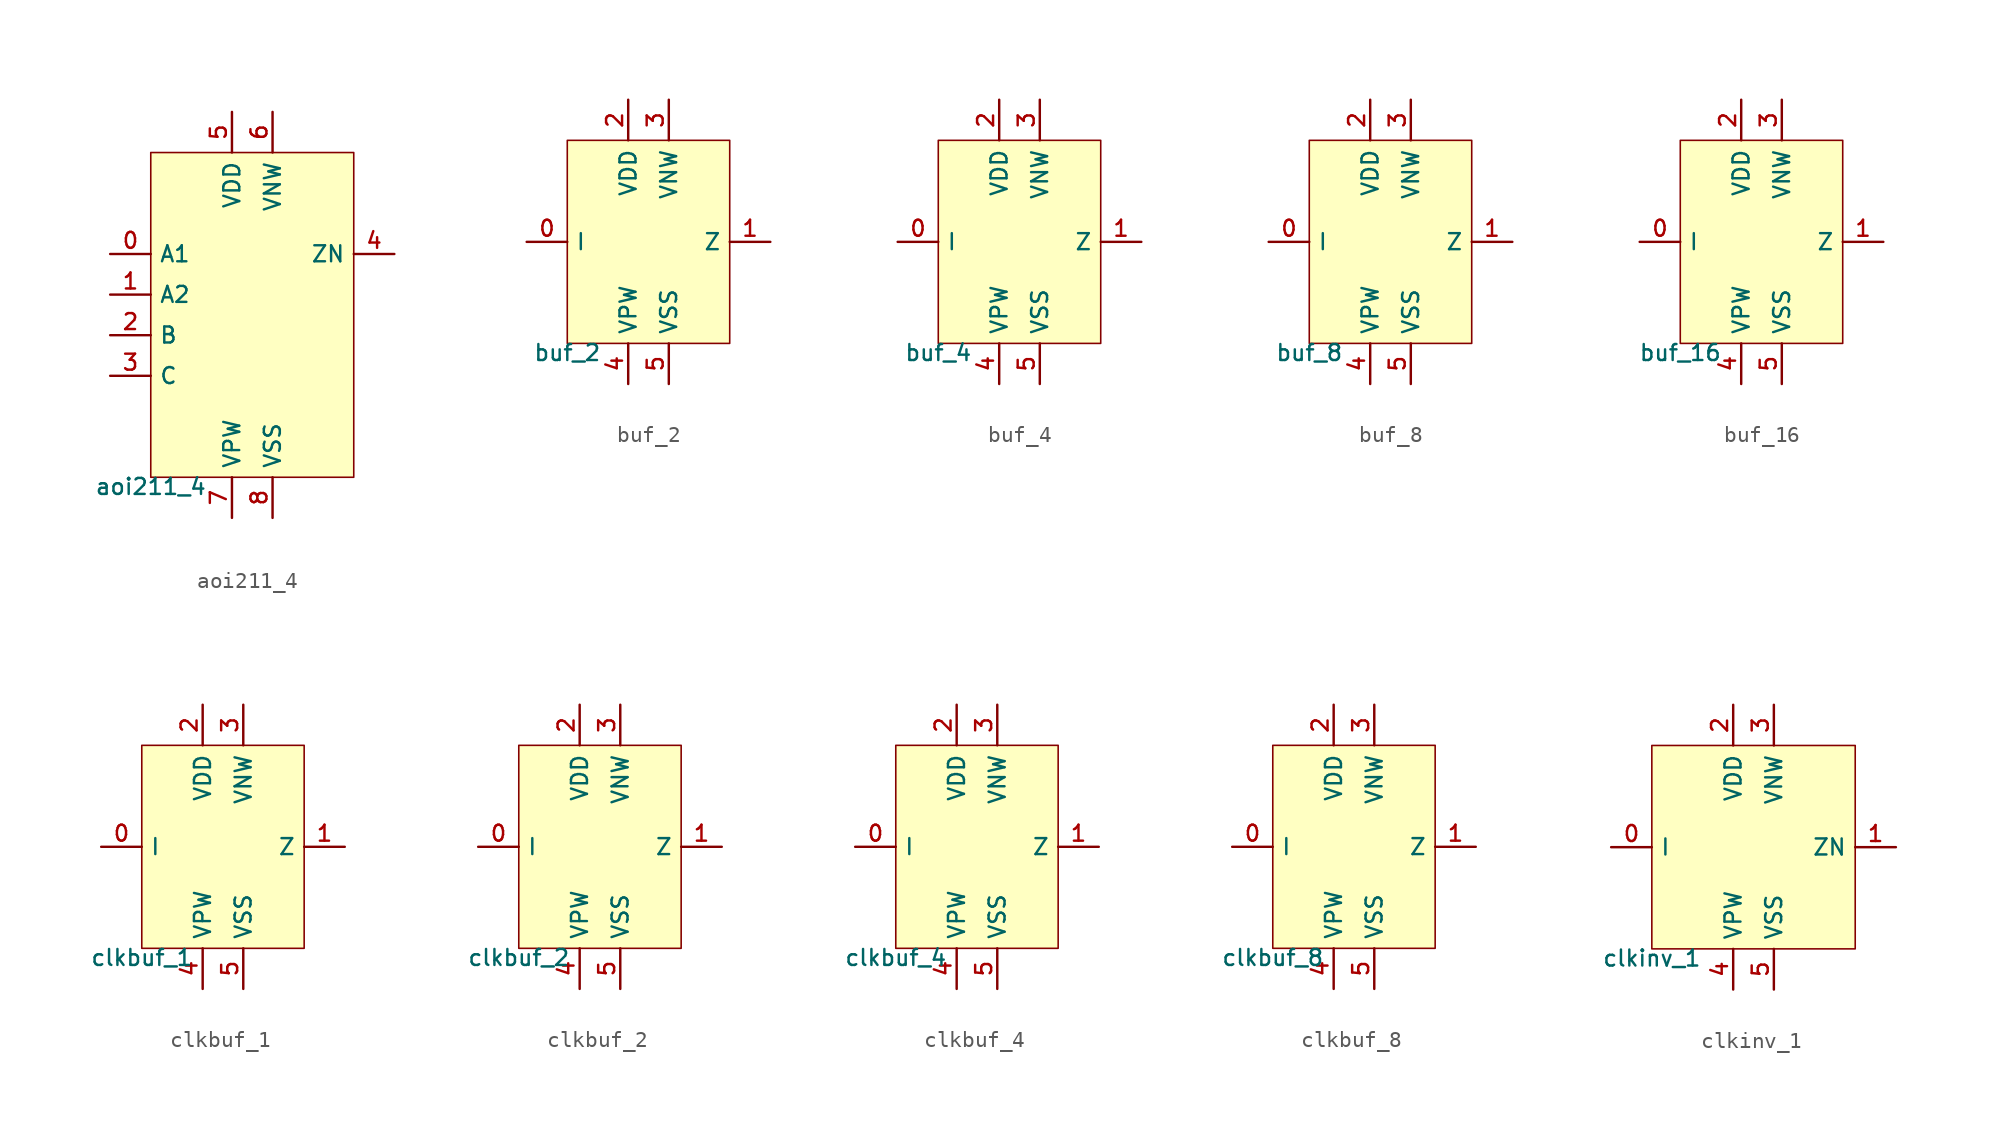
<source format=kicad_sym>
(kicad_symbol_lib
  (version 20211014)
  (generator pdk2kicad)
  (symbol "aoi211_4"
    (property "Reference" "X"
      (at 0 0 0)
      (effects (font (size 1 1)) hide))
    (property "Value" "aoi211_4"
      (at -6.35 -10.16 0)
      (effects (font (size 1 1)) (justify top)))
    (rectangle
      (start -6.35 -10.16)
      (end 6.35 10.16)
      (stroke (width 0.1) (type solid) (color 0 0 0 0))
      (fill (type background)))
    (pin input line
      (at -8.89 3.81 0)
      (length 2.54)
      (name "A1" (effects (font (size 1 1)) hide))
      (number "0" (effects (font (size 1 1)) hide)))
    (pin input line
      (at -8.89 1.27 0)
      (length 2.54)
      (name "A2" (effects (font (size 1 1)) hide))
      (number "1" (effects (font (size 1 1)) hide)))
    (pin input line
      (at -8.89 -1.27 0)
      (length 2.54)
      (name "B" (effects (font (size 1 1)) hide))
      (number "2" (effects (font (size 1 1)) hide)))
    (pin input line
      (at -8.89 -3.81 0)
      (length 2.54)
      (name "C" (effects (font (size 1 1)) hide))
      (number "3" (effects (font (size 1 1)) hide)))
    (pin output line
      (at 8.89 3.81 180)
      (length 2.54)
      (name "ZN" (effects (font (size 1 1)) hide))
      (number "4" (effects (font (size 1 1)) hide)))
    (pin power_in line
      (at -1.27 12.7 270)
      (length 2.54)
      (name "VDD" (effects (font (size 1 1)) hide))
      (number "5" (effects (font (size 1 1)) hide)))
    (pin power_in line
      (at 1.27 12.7 270)
      (length 2.54)
      (name "VNW" (effects (font (size 1 1)) hide))
      (number "6" (effects (font (size 1 1)) hide)))
    (pin power_in line
      (at -1.27 -12.7 90)
      (length 2.54)
      (name "VPW" (effects (font (size 1 1)) hide))
      (number "7" (effects (font (size 1 1)) hide)))
    (pin power_in line
      (at 1.27 -12.7 90)
      (length 2.54)
      (name "VSS" (effects (font (size 1 1)) hide))
      (number "8" (effects (font (size 1 1)) hide))))
  (symbol "buf_2"
    (property "Reference" "X"
      (at 0 0 0)
      (effects (font (size 1 1)) hide))
    (property "Value" "buf_2"
      (at -5.08 -6.35 0)
      (effects (font (size 1 1)) (justify top)))
    (rectangle
      (start -5.08 -6.35)
      (end 5.08 6.35)
      (stroke (width 0.1) (type solid) (color 0 0 0 0))
      (fill (type background)))
    (pin input line
      (at -7.62 -4.440892098500626e-16 0)
      (length 2.54)
      (name "I" (effects (font (size 1 1)) hide))
      (number "0" (effects (font (size 1 1)) hide)))
    (pin output line
      (at 7.62 -4.440892098500626e-16 180)
      (length 2.54)
      (name "Z" (effects (font (size 1 1)) hide))
      (number "1" (effects (font (size 1 1)) hide)))
    (pin power_in line
      (at -1.27 8.89 270)
      (length 2.54)
      (name "VDD" (effects (font (size 1 1)) hide))
      (number "2" (effects (font (size 1 1)) hide)))
    (pin power_in line
      (at 1.27 8.89 270)
      (length 2.54)
      (name "VNW" (effects (font (size 1 1)) hide))
      (number "3" (effects (font (size 1 1)) hide)))
    (pin power_in line
      (at -1.27 -8.89 90)
      (length 2.54)
      (name "VPW" (effects (font (size 1 1)) hide))
      (number "4" (effects (font (size 1 1)) hide)))
    (pin power_in line
      (at 1.27 -8.89 90)
      (length 2.54)
      (name "VSS" (effects (font (size 1 1)) hide))
      (number "5" (effects (font (size 1 1)) hide))))
  (symbol "buf_4"
    (property "Reference" "X"
      (at 0 0 0)
      (effects (font (size 1 1)) hide))
    (property "Value" "buf_4"
      (at -5.08 -6.35 0)
      (effects (font (size 1 1)) (justify top)))
    (rectangle
      (start -5.08 -6.35)
      (end 5.08 6.35)
      (stroke (width 0.1) (type solid) (color 0 0 0 0))
      (fill (type background)))
    (pin input line
      (at -7.62 -4.440892098500626e-16 0)
      (length 2.54)
      (name "I" (effects (font (size 1 1)) hide))
      (number "0" (effects (font (size 1 1)) hide)))
    (pin output line
      (at 7.62 -4.440892098500626e-16 180)
      (length 2.54)
      (name "Z" (effects (font (size 1 1)) hide))
      (number "1" (effects (font (size 1 1)) hide)))
    (pin power_in line
      (at -1.27 8.89 270)
      (length 2.54)
      (name "VDD" (effects (font (size 1 1)) hide))
      (number "2" (effects (font (size 1 1)) hide)))
    (pin power_in line
      (at 1.27 8.89 270)
      (length 2.54)
      (name "VNW" (effects (font (size 1 1)) hide))
      (number "3" (effects (font (size 1 1)) hide)))
    (pin power_in line
      (at -1.27 -8.89 90)
      (length 2.54)
      (name "VPW" (effects (font (size 1 1)) hide))
      (number "4" (effects (font (size 1 1)) hide)))
    (pin power_in line
      (at 1.27 -8.89 90)
      (length 2.54)
      (name "VSS" (effects (font (size 1 1)) hide))
      (number "5" (effects (font (size 1 1)) hide))))
  (symbol "buf_8"
    (property "Reference" "X"
      (at 0 0 0)
      (effects (font (size 1 1)) hide))
    (property "Value" "buf_8"
      (at -5.08 -6.35 0)
      (effects (font (size 1 1)) (justify top)))
    (rectangle
      (start -5.08 -6.35)
      (end 5.08 6.35)
      (stroke (width 0.1) (type solid) (color 0 0 0 0))
      (fill (type background)))
    (pin input line
      (at -7.62 -4.440892098500626e-16 0)
      (length 2.54)
      (name "I" (effects (font (size 1 1)) hide))
      (number "0" (effects (font (size 1 1)) hide)))
    (pin output line
      (at 7.62 -4.440892098500626e-16 180)
      (length 2.54)
      (name "Z" (effects (font (size 1 1)) hide))
      (number "1" (effects (font (size 1 1)) hide)))
    (pin power_in line
      (at -1.27 8.89 270)
      (length 2.54)
      (name "VDD" (effects (font (size 1 1)) hide))
      (number "2" (effects (font (size 1 1)) hide)))
    (pin power_in line
      (at 1.27 8.89 270)
      (length 2.54)
      (name "VNW" (effects (font (size 1 1)) hide))
      (number "3" (effects (font (size 1 1)) hide)))
    (pin power_in line
      (at -1.27 -8.89 90)
      (length 2.54)
      (name "VPW" (effects (font (size 1 1)) hide))
      (number "4" (effects (font (size 1 1)) hide)))
    (pin power_in line
      (at 1.27 -8.89 90)
      (length 2.54)
      (name "VSS" (effects (font (size 1 1)) hide))
      (number "5" (effects (font (size 1 1)) hide))))
  (symbol "buf_16"
    (property "Reference" "X"
      (at 0 0 0)
      (effects (font (size 1 1)) hide))
    (property "Value" "buf_16"
      (at -5.08 -6.35 0)
      (effects (font (size 1 1)) (justify top)))
    (rectangle
      (start -5.08 -6.35)
      (end 5.08 6.35)
      (stroke (width 0.1) (type solid) (color 0 0 0 0))
      (fill (type background)))
    (pin input line
      (at -7.62 -4.440892098500626e-16 0)
      (length 2.54)
      (name "I" (effects (font (size 1 1)) hide))
      (number "0" (effects (font (size 1 1)) hide)))
    (pin output line
      (at 7.62 -4.440892098500626e-16 180)
      (length 2.54)
      (name "Z" (effects (font (size 1 1)) hide))
      (number "1" (effects (font (size 1 1)) hide)))
    (pin power_in line
      (at -1.27 8.89 270)
      (length 2.54)
      (name "VDD" (effects (font (size 1 1)) hide))
      (number "2" (effects (font (size 1 1)) hide)))
    (pin power_in line
      (at 1.27 8.89 270)
      (length 2.54)
      (name "VNW" (effects (font (size 1 1)) hide))
      (number "3" (effects (font (size 1 1)) hide)))
    (pin power_in line
      (at -1.27 -8.89 90)
      (length 2.54)
      (name "VPW" (effects (font (size 1 1)) hide))
      (number "4" (effects (font (size 1 1)) hide)))
    (pin power_in line
      (at 1.27 -8.89 90)
      (length 2.54)
      (name "VSS" (effects (font (size 1 1)) hide))
      (number "5" (effects (font (size 1 1)) hide))))
  (symbol "clkbuf_1"
    (property "Reference" "X"
      (at 0 0 0)
      (effects (font (size 1 1)) hide))
    (property "Value" "clkbuf_1"
      (at -5.08 -6.35 0)
      (effects (font (size 1 1)) (justify top)))
    (rectangle
      (start -5.08 -6.35)
      (end 5.08 6.35)
      (stroke (width 0.1) (type solid) (color 0 0 0 0))
      (fill (type background)))
    (pin input line
      (at -7.62 -4.440892098500626e-16 0)
      (length 2.54)
      (name "I" (effects (font (size 1 1)) hide))
      (number "0" (effects (font (size 1 1)) hide)))
    (pin output line
      (at 7.62 -4.440892098500626e-16 180)
      (length 2.54)
      (name "Z" (effects (font (size 1 1)) hide))
      (number "1" (effects (font (size 1 1)) hide)))
    (pin power_in line
      (at -1.27 8.89 270)
      (length 2.54)
      (name "VDD" (effects (font (size 1 1)) hide))
      (number "2" (effects (font (size 1 1)) hide)))
    (pin power_in line
      (at 1.27 8.89 270)
      (length 2.54)
      (name "VNW" (effects (font (size 1 1)) hide))
      (number "3" (effects (font (size 1 1)) hide)))
    (pin power_in line
      (at -1.27 -8.89 90)
      (length 2.54)
      (name "VPW" (effects (font (size 1 1)) hide))
      (number "4" (effects (font (size 1 1)) hide)))
    (pin power_in line
      (at 1.27 -8.89 90)
      (length 2.54)
      (name "VSS" (effects (font (size 1 1)) hide))
      (number "5" (effects (font (size 1 1)) hide))))
  (symbol "clkbuf_2"
    (property "Reference" "X"
      (at 0 0 0)
      (effects (font (size 1 1)) hide))
    (property "Value" "clkbuf_2"
      (at -5.08 -6.35 0)
      (effects (font (size 1 1)) (justify top)))
    (rectangle
      (start -5.08 -6.35)
      (end 5.08 6.35)
      (stroke (width 0.1) (type solid) (color 0 0 0 0))
      (fill (type background)))
    (pin input line
      (at -7.62 -4.440892098500626e-16 0)
      (length 2.54)
      (name "I" (effects (font (size 1 1)) hide))
      (number "0" (effects (font (size 1 1)) hide)))
    (pin output line
      (at 7.62 -4.440892098500626e-16 180)
      (length 2.54)
      (name "Z" (effects (font (size 1 1)) hide))
      (number "1" (effects (font (size 1 1)) hide)))
    (pin power_in line
      (at -1.27 8.89 270)
      (length 2.54)
      (name "VDD" (effects (font (size 1 1)) hide))
      (number "2" (effects (font (size 1 1)) hide)))
    (pin power_in line
      (at 1.27 8.89 270)
      (length 2.54)
      (name "VNW" (effects (font (size 1 1)) hide))
      (number "3" (effects (font (size 1 1)) hide)))
    (pin power_in line
      (at -1.27 -8.89 90)
      (length 2.54)
      (name "VPW" (effects (font (size 1 1)) hide))
      (number "4" (effects (font (size 1 1)) hide)))
    (pin power_in line
      (at 1.27 -8.89 90)
      (length 2.54)
      (name "VSS" (effects (font (size 1 1)) hide))
      (number "5" (effects (font (size 1 1)) hide))))
  (symbol "clkbuf_4"
    (property "Reference" "X"
      (at 0 0 0)
      (effects (font (size 1 1)) hide))
    (property "Value" "clkbuf_4"
      (at -5.08 -6.35 0)
      (effects (font (size 1 1)) (justify top)))
    (rectangle
      (start -5.08 -6.35)
      (end 5.08 6.35)
      (stroke (width 0.1) (type solid) (color 0 0 0 0))
      (fill (type background)))
    (pin input line
      (at -7.62 -4.440892098500626e-16 0)
      (length 2.54)
      (name "I" (effects (font (size 1 1)) hide))
      (number "0" (effects (font (size 1 1)) hide)))
    (pin output line
      (at 7.62 -4.440892098500626e-16 180)
      (length 2.54)
      (name "Z" (effects (font (size 1 1)) hide))
      (number "1" (effects (font (size 1 1)) hide)))
    (pin power_in line
      (at -1.27 8.89 270)
      (length 2.54)
      (name "VDD" (effects (font (size 1 1)) hide))
      (number "2" (effects (font (size 1 1)) hide)))
    (pin power_in line
      (at 1.27 8.89 270)
      (length 2.54)
      (name "VNW" (effects (font (size 1 1)) hide))
      (number "3" (effects (font (size 1 1)) hide)))
    (pin power_in line
      (at -1.27 -8.89 90)
      (length 2.54)
      (name "VPW" (effects (font (size 1 1)) hide))
      (number "4" (effects (font (size 1 1)) hide)))
    (pin power_in line
      (at 1.27 -8.89 90)
      (length 2.54)
      (name "VSS" (effects (font (size 1 1)) hide))
      (number "5" (effects (font (size 1 1)) hide))))
  (symbol "clkbuf_8"
    (property "Reference" "X"
      (at 0 0 0)
      (effects (font (size 1 1)) hide))
    (property "Value" "clkbuf_8"
      (at -5.08 -6.35 0)
      (effects (font (size 1 1)) (justify top)))
    (rectangle
      (start -5.08 -6.35)
      (end 5.08 6.35)
      (stroke (width 0.1) (type solid) (color 0 0 0 0))
      (fill (type background)))
    (pin input line
      (at -7.62 -4.440892098500626e-16 0)
      (length 2.54)
      (name "I" (effects (font (size 1 1)) hide))
      (number "0" (effects (font (size 1 1)) hide)))
    (pin output line
      (at 7.62 -4.440892098500626e-16 180)
      (length 2.54)
      (name "Z" (effects (font (size 1 1)) hide))
      (number "1" (effects (font (size 1 1)) hide)))
    (pin power_in line
      (at -1.27 8.89 270)
      (length 2.54)
      (name "VDD" (effects (font (size 1 1)) hide))
      (number "2" (effects (font (size 1 1)) hide)))
    (pin power_in line
      (at 1.27 8.89 270)
      (length 2.54)
      (name "VNW" (effects (font (size 1 1)) hide))
      (number "3" (effects (font (size 1 1)) hide)))
    (pin power_in line
      (at -1.27 -8.89 90)
      (length 2.54)
      (name "VPW" (effects (font (size 1 1)) hide))
      (number "4" (effects (font (size 1 1)) hide)))
    (pin power_in line
      (at 1.27 -8.89 90)
      (length 2.54)
      (name "VSS" (effects (font (size 1 1)) hide))
      (number "5" (effects (font (size 1 1)) hide))))
  (symbol "clkinv_1"
    (property "Reference" "X"
      (at 0 0 0)
      (effects (font (size 1 1)) hide))
    (property "Value" "clkinv_1"
      (at -6.35 -6.35 0)
      (effects (font (size 1 1)) (justify top)))
    (rectangle
      (start -6.35 -6.35)
      (end 6.35 6.35)
      (stroke (width 0.1) (type solid) (color 0 0 0 0))
      (fill (type background)))
    (pin input line
      (at -8.89 -4.440892098500626e-16 0)
      (length 2.54)
      (name "I" (effects (font (size 1 1)) hide))
      (number "0" (effects (font (size 1 1)) hide)))
    (pin output line
      (at 8.89 -4.440892098500626e-16 180)
      (length 2.54)
      (name "ZN" (effects (font (size 1 1)) hide))
      (number "1" (effects (font (size 1 1)) hide)))
    (pin power_in line
      (at -1.27 8.89 270)
      (length 2.54)
      (name "VDD" (effects (font (size 1 1)) hide))
      (number "2" (effects (font (size 1 1)) hide)))
    (pin power_in line
      (at 1.27 8.89 270)
      (length 2.54)
      (name "VNW" (effects (font (size 1 1)) hide))
      (number "3" (effects (font (size 1 1)) hide)))
    (pin power_in line
      (at -1.27 -8.89 90)
      (length 2.54)
      (name "VPW" (effects (font (size 1 1)) hide))
      (number "4" (effects (font (size 1 1)) hide)))
    (pin power_in line
      (at 1.27 -8.89 90)
      (length 2.54)
      (name "VSS" (effects (font (size 1 1)) hide))
      (number "5" (effects (font (size 1 1)) hide)))))
</source>
